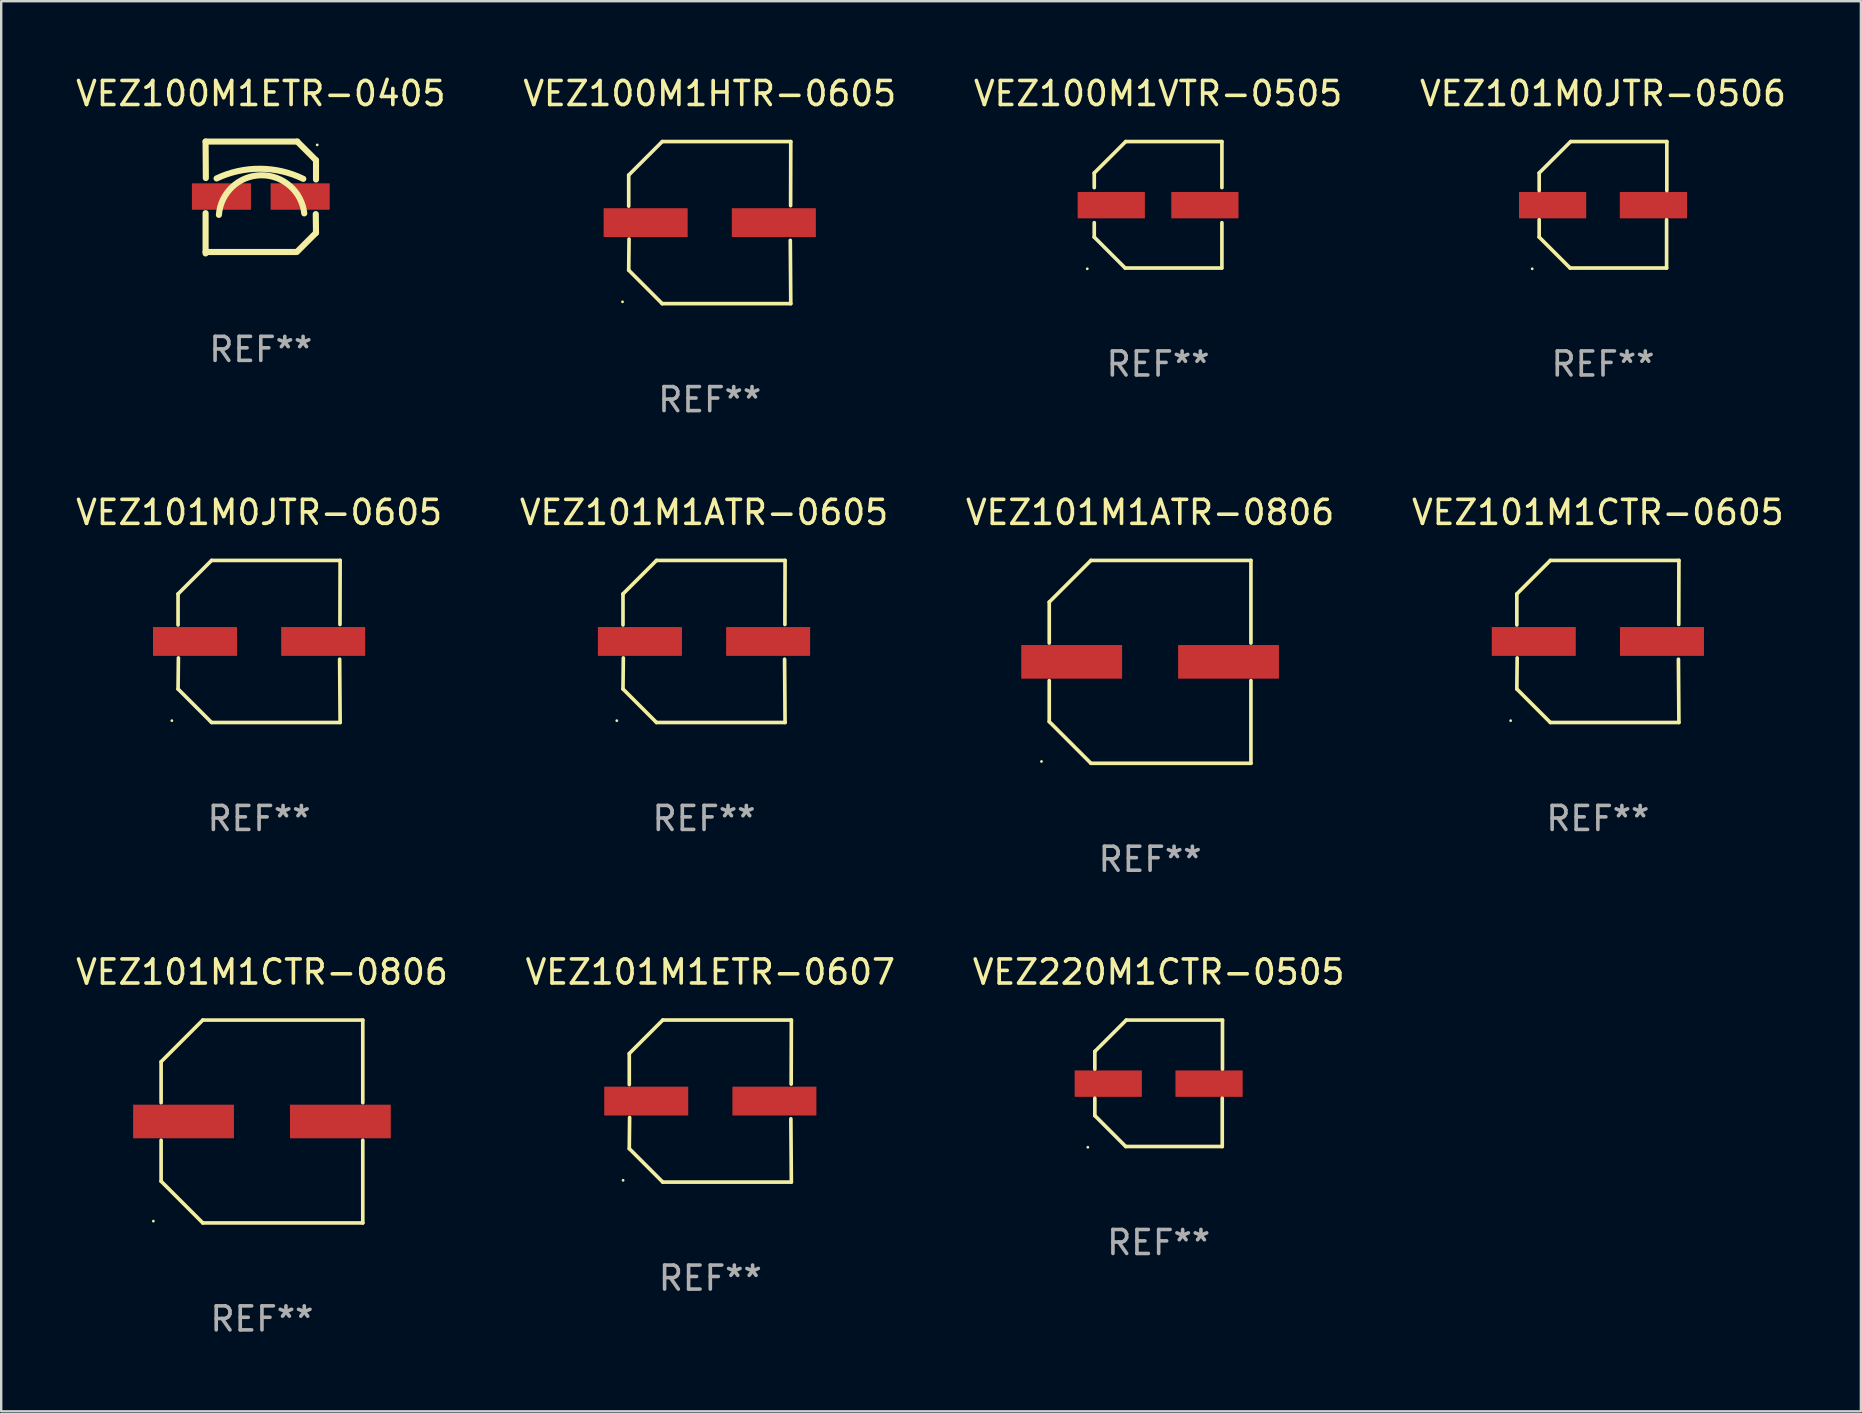
<source format=kicad_pcb>
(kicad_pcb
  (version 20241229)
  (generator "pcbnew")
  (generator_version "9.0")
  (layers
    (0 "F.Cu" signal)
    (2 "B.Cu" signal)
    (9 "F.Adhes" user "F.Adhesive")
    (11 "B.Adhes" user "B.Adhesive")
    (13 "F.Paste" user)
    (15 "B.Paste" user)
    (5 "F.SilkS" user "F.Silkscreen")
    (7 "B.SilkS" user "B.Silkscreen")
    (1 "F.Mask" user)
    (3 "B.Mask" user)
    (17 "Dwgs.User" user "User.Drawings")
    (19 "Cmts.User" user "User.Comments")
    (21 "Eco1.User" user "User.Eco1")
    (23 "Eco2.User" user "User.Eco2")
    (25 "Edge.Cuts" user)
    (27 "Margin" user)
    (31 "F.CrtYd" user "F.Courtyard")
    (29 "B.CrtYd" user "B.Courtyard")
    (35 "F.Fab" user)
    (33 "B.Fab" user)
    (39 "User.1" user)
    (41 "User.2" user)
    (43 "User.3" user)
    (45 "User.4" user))
  (footprint "VEZ101M0JTR-0605"
    (layer "F.Cu")
    (at 7.744 23.673)
    (property "Reference" "VEZ101M0JTR-0605" (at 0 -5.376 0) (layer "F.SilkS") (effects (font (size 1 1) (thickness 0.15))))
    (attr through_hole)
    (fp_line (start -3.376 -1.98) (end -3.376 -0.686) (stroke (width 0.152) (type solid)) (layer "F.SilkS"))
    (fp_line (start -3.376 1.981) (end -3.362 0.686) (stroke (width 0.152) (type solid)) (layer "F.SilkS"))
    (fp_line (start -1.981 3.376) (end -3.376 1.981) (stroke (width 0.152) (type solid)) (layer "F.SilkS"))
    (fp_line (start -1.98 -3.376) (end -3.376 -1.98) (stroke (width 0.152) (type solid)) (layer "F.SilkS"))
    (fp_line (start 3.356 0.74) (end 3.376 3.376) (stroke (width 0.152) (type solid)) (layer "F.SilkS"))
    (fp_line (start 3.369 -0.707) (end 3.376 -3.376) (stroke (width 0.152) (type solid)) (layer "F.SilkS"))
    (fp_line (start 3.376 3.376) (end -1.981 3.376) (stroke (width 0.152) (type solid)) (layer "F.SilkS"))
    (fp_line (start 3.376 -3.376) (end -1.98 -3.376) (stroke (width 0.152) (type solid)) (layer "F.SilkS"))
    (fp_circle (center -3.634 3.3) (end -3.604 3.3) (stroke (width 0.06) (type solid)) (fill no) (layer "F.SilkS"))
    (fp_text user "REF**" (at 0 7.376 0) (layer "F.Fab") (effects (font (size 1 1) (thickness 0.15))))
    (pad "1" smd rect (at -2.67 0.000254) (size 3.5 1.2) (layers "F.Cu" "F.Mask" "F.Paste"))
    (pad "2" smd rect (at 2.67 0.000254) (size 3.5 1.2) (layers "F.Cu" "F.Mask" "F.Paste")))
  (footprint "VEZ101M0JTR-0506"
    (layer "F.Cu")
    (at 63.732 5.482)
    (property "Reference" "VEZ101M0JTR-0506" (at 0 -4.634 0) (layer "F.SilkS") (effects (font (size 1 1) (thickness 0.15))))
    (attr through_hole)
    (fp_line (start -2.659 -1.326) (end -2.659 -0.592) (stroke (width 0.152) (type solid)) (layer "F.SilkS"))
    (fp_line (start -2.659 1.346) (end -2.659 0.622) (stroke (width 0.152) (type solid)) (layer "F.SilkS"))
    (fp_line (start -1.372 2.634) (end -2.659 1.346) (stroke (width 0.152) (type solid)) (layer "F.SilkS"))
    (fp_line (start -1.349 -2.634) (end -2.659 -1.326) (stroke (width 0.152) (type solid)) (layer "F.SilkS"))
    (fp_line (start 2.649 0.622) (end 2.649 2.634) (stroke (width 0.152) (type solid)) (layer "F.SilkS"))
    (fp_line (start 2.649 2.634) (end -1.372 2.634) (stroke (width 0.152) (type solid)) (layer "F.SilkS"))
    (fp_line (start 2.659 -2.634) (end -1.349 -2.634) (stroke (width 0.152) (type solid)) (layer "F.SilkS"))
    (fp_line (start 2.659 -0.592) (end 2.659 -2.634) (stroke (width 0.152) (type solid)) (layer "F.SilkS"))
    (fp_circle (center -2.95 2.665) (end -2.92 2.665) (stroke (width 0.06) (type solid)) (fill no) (layer "F.SilkS"))
    (fp_text user "REF**" (at 0 6.634 0) (layer "F.Fab") (effects (font (size 1 1) (thickness 0.15))))
    (pad "1" smd rect (at -2.1 0.015) (size 2.8 1.1) (layers "F.Cu" "F.Mask" "F.Paste"))
    (pad "2" smd rect (at 2.1 0.015) (size 2.8 1.1) (layers "F.Cu" "F.Mask" "F.Paste")))
  (footprint "VEZ101M1ATR-0806"
    (layer "F.Cu")
    (at 44.863 24.523)
    (property "Reference" "VEZ101M1ATR-0806" (at 0 -6.226 0) (layer "F.SilkS") (effects (font (size 1 1) (thickness 0.15))))
    (attr through_hole)
    (fp_line (start -4.201 -2.49) (end -4.201 -0.782) (stroke (width 0.152) (type solid)) (layer "F.SilkS"))
    (fp_line (start -4.201 2.49) (end -4.201 0.782) (stroke (width 0.152) (type solid)) (layer "F.SilkS"))
    (fp_line (start -2.465 -4.226) (end -4.201 -2.49) (stroke (width 0.152) (type solid)) (layer "F.SilkS"))
    (fp_line (start -2.465 4.226) (end -4.201 2.49) (stroke (width 0.152) (type solid)) (layer "F.SilkS"))
    (fp_line (start 4.201 -4.226) (end -2.465 -4.226) (stroke (width 0.152) (type solid)) (layer "F.SilkS"))
    (fp_line (start 4.201 -0.782) (end 4.201 -4.226) (stroke (width 0.152) (type solid)) (layer "F.SilkS"))
    (fp_line (start 4.201 0.782) (end 4.201 4.226) (stroke (width 0.152) (type solid)) (layer "F.SilkS"))
    (fp_line (start 4.201 4.226) (end -2.465 4.226) (stroke (width 0.152) (type solid)) (layer "F.SilkS"))
    (fp_circle (center -4.524 4.15) (end -4.494 4.15) (stroke (width 0.06) (type solid)) (fill no) (layer "F.SilkS"))
    (fp_text user "REF**" (at 0 8.226 0) (layer "F.Fab") (effects (font (size 1 1) (thickness 0.15))))
    (pad "1" smd rect (at -3.267 0) (size 4.2 1.4) (layers "F.Cu" "F.Mask" "F.Paste"))
    (pad "2" smd rect (at 3.267 0) (size 4.2 1.4) (layers "F.Cu" "F.Mask" "F.Paste")))
  (footprint "VEZ100M1ETR-0405"
    (layer "F.Cu")
    (at 7.815 5.178)
    (property "Reference" "VEZ100M1ETR-0405" (at 0 -4.33 0) (layer "F.SilkS") (effects (font (size 1 1) (thickness 0.15))))
    (attr through_hole)
    (fp_line (start -2.3 -2.33) (end 1.52 -2.33) (stroke (width 0.254) (type solid)) (layer "F.SilkS"))
    (fp_line (start -2.3 2.27) (end 1.49 2.27) (stroke (width 0.254) (type solid)) (layer "F.SilkS"))
    (fp_line (start -2.3 2.33) (end -2.3 0.651) (stroke (width 0.254) (type solid)) (layer "F.SilkS"))
    (fp_line (start -2.29 -0.81) (end -2.3 -2.33) (stroke (width 0.254) (type solid)) (layer "F.SilkS"))
    (fp_line (start 2.3 -1.55) (end 1.52 -2.33) (stroke (width 0.254) (type solid)) (layer "F.SilkS"))
    (fp_line (start 2.3 1.47) (end 1.52 2.25) (stroke (width 0.254) (type solid)) (layer "F.SilkS"))
    (fp_line (start 2.3 1.47) (end 2.29 0.69) (stroke (width 0.254) (type solid)) (layer "F.SilkS"))
    (fp_line (start 2.3 -0.75) (end 2.3 -1.55) (stroke (width 0.254) (type solid)) (layer "F.SilkS"))
    (fp_arc (start -1.842151 -0.794552) (mid -0.033717 -1.197402) (end 1.770752 -0.777152) (stroke (width 0.254001) (type solid)) (layer "F.SilkS"))
    (fp_arc (start -1.745757 0.723659) (mid 0.004392 -0.926664) (end 1.810884 0.661786) (stroke (width 0.254001) (type solid)) (layer "F.SilkS"))
    (fp_circle (center 2.35 -2.191) (end 2.38 -2.191) (stroke (width 0.06) (type solid)) (fill no) (layer "F.SilkS"))
    (fp_text user "REF**" (at 0 6.33 0) (layer "F.Fab") (effects (font (size 1 1) (thickness 0.15))))
    (pad "1" smd rect (at 1.64 -0.04) (size 2.46 1.1) (layers "F.Cu" "F.Mask" "F.Paste"))
    (pad "2" smd rect (at -1.64 -0.04) (size 2.46 1.1) (layers "F.Cu" "F.Mask" "F.Paste")))
  (footprint "VEZ101M1ATR-0605"
    (layer "F.Cu")
    (at 26.28 23.673)
    (property "Reference" "VEZ101M1ATR-0605" (at 0 -5.376 0) (layer "F.SilkS") (effects (font (size 1 1) (thickness 0.15))))
    (attr through_hole)
    (fp_line (start -3.376 -1.98) (end -3.376 -0.686) (stroke (width 0.152) (type solid)) (layer "F.SilkS"))
    (fp_line (start -3.376 1.981) (end -3.362 0.686) (stroke (width 0.152) (type solid)) (layer "F.SilkS"))
    (fp_line (start -1.981 3.376) (end -3.376 1.981) (stroke (width 0.152) (type solid)) (layer "F.SilkS"))
    (fp_line (start -1.98 -3.376) (end -3.376 -1.98) (stroke (width 0.152) (type solid)) (layer "F.SilkS"))
    (fp_line (start 3.356 0.74) (end 3.376 3.376) (stroke (width 0.152) (type solid)) (layer "F.SilkS"))
    (fp_line (start 3.369 -0.707) (end 3.376 -3.376) (stroke (width 0.152) (type solid)) (layer "F.SilkS"))
    (fp_line (start 3.376 3.376) (end -1.981 3.376) (stroke (width 0.152) (type solid)) (layer "F.SilkS"))
    (fp_line (start 3.376 -3.376) (end -1.98 -3.376) (stroke (width 0.152) (type solid)) (layer "F.SilkS"))
    (fp_circle (center -3.634 3.3) (end -3.604 3.3) (stroke (width 0.06) (type solid)) (fill no) (layer "F.SilkS"))
    (fp_text user "REF**" (at 0 7.376 0) (layer "F.Fab") (effects (font (size 1 1) (thickness 0.15))))
    (pad "1" smd rect (at -2.67 0.000254) (size 3.5 1.2) (layers "F.Cu" "F.Mask" "F.Paste"))
    (pad "2" smd rect (at 2.67 0.000254) (size 3.5 1.2) (layers "F.Cu" "F.Mask" "F.Paste")))
  (footprint "VEZ101M1ETR-0607"
    (layer "F.Cu")
    (at 26.542 42.821)
    (property "Reference" "VEZ101M1ETR-0607" (at 0 -5.376 0) (layer "F.SilkS") (effects (font (size 1 1) (thickness 0.15))))
    (attr through_hole)
    (fp_line (start -3.376 -1.98) (end -3.376 -0.686) (stroke (width 0.152) (type solid)) (layer "F.SilkS"))
    (fp_line (start -3.376 1.981) (end -3.362 0.686) (stroke (width 0.152) (type solid)) (layer "F.SilkS"))
    (fp_line (start -1.981 3.376) (end -3.376 1.981) (stroke (width 0.152) (type solid)) (layer "F.SilkS"))
    (fp_line (start -1.98 -3.376) (end -3.376 -1.98) (stroke (width 0.152) (type solid)) (layer "F.SilkS"))
    (fp_line (start 3.356 0.74) (end 3.376 3.376) (stroke (width 0.152) (type solid)) (layer "F.SilkS"))
    (fp_line (start 3.369 -0.707) (end 3.376 -3.376) (stroke (width 0.152) (type solid)) (layer "F.SilkS"))
    (fp_line (start 3.376 3.376) (end -1.981 3.376) (stroke (width 0.152) (type solid)) (layer "F.SilkS"))
    (fp_line (start 3.376 -3.376) (end -1.98 -3.376) (stroke (width 0.152) (type solid)) (layer "F.SilkS"))
    (fp_circle (center -3.634 3.3) (end -3.604 3.3) (stroke (width 0.06) (type solid)) (fill no) (layer "F.SilkS"))
    (fp_text user "REF**" (at 0 7.376 0) (layer "F.Fab") (effects (font (size 1 1) (thickness 0.15))))
    (pad "1" smd rect (at -2.67 0.000254) (size 3.5 1.2) (layers "F.Cu" "F.Mask" "F.Paste"))
    (pad "2" smd rect (at 2.67 0.000254) (size 3.5 1.2) (layers "F.Cu" "F.Mask" "F.Paste")))
  (footprint "VEZ100M1HTR-0605"
    (layer "F.Cu")
    (at 26.518 6.224)
    (property "Reference" "VEZ100M1HTR-0605" (at 0 -5.376 0) (layer "F.SilkS") (effects (font (size 1 1) (thickness 0.15))))
    (attr through_hole)
    (fp_line (start -3.376 -1.98) (end -3.376 -0.686) (stroke (width 0.152) (type solid)) (layer "F.SilkS"))
    (fp_line (start -3.376 1.981) (end -3.362 0.686) (stroke (width 0.152) (type solid)) (layer "F.SilkS"))
    (fp_line (start -1.981 3.376) (end -3.376 1.981) (stroke (width 0.152) (type solid)) (layer "F.SilkS"))
    (fp_line (start -1.98 -3.376) (end -3.376 -1.98) (stroke (width 0.152) (type solid)) (layer "F.SilkS"))
    (fp_line (start 3.356 0.74) (end 3.376 3.376) (stroke (width 0.152) (type solid)) (layer "F.SilkS"))
    (fp_line (start 3.369 -0.707) (end 3.376 -3.376) (stroke (width 0.152) (type solid)) (layer "F.SilkS"))
    (fp_line (start 3.376 3.376) (end -1.981 3.376) (stroke (width 0.152) (type solid)) (layer "F.SilkS"))
    (fp_line (start 3.376 -3.376) (end -1.98 -3.376) (stroke (width 0.152) (type solid)) (layer "F.SilkS"))
    (fp_circle (center -3.634 3.3) (end -3.604 3.3) (stroke (width 0.06) (type solid)) (fill no) (layer "F.SilkS"))
    (fp_text user "REF**" (at 0 7.376 0) (layer "F.Fab") (effects (font (size 1 1) (thickness 0.15))))
    (pad "1" smd rect (at -2.67 0.000254) (size 3.5 1.2) (layers "F.Cu" "F.Mask" "F.Paste"))
    (pad "2" smd rect (at 2.67 0.000254) (size 3.5 1.2) (layers "F.Cu" "F.Mask" "F.Paste")))
  (footprint "VEZ220M1CTR-0505"
    (layer "F.Cu")
    (at 45.22 42.08)
    (property "Reference" "VEZ220M1CTR-0505" (at 0 -4.634 0) (layer "F.SilkS") (effects (font (size 1 1) (thickness 0.15))))
    (attr through_hole)
    (fp_line (start -2.659 -1.326) (end -2.659 -0.592) (stroke (width 0.152) (type solid)) (layer "F.SilkS"))
    (fp_line (start -2.659 1.346) (end -2.659 0.622) (stroke (width 0.152) (type solid)) (layer "F.SilkS"))
    (fp_line (start -1.372 2.634) (end -2.659 1.346) (stroke (width 0.152) (type solid)) (layer "F.SilkS"))
    (fp_line (start -1.349 -2.634) (end -2.659 -1.326) (stroke (width 0.152) (type solid)) (layer "F.SilkS"))
    (fp_line (start 2.649 0.622) (end 2.649 2.634) (stroke (width 0.152) (type solid)) (layer "F.SilkS"))
    (fp_line (start 2.649 2.634) (end -1.372 2.634) (stroke (width 0.152) (type solid)) (layer "F.SilkS"))
    (fp_line (start 2.659 -2.634) (end -1.349 -2.634) (stroke (width 0.152) (type solid)) (layer "F.SilkS"))
    (fp_line (start 2.659 -0.592) (end 2.659 -2.634) (stroke (width 0.152) (type solid)) (layer "F.SilkS"))
    (fp_circle (center -2.95 2.665) (end -2.92 2.665) (stroke (width 0.06) (type solid)) (fill no) (layer "F.SilkS"))
    (fp_text user "REF**" (at 0 6.634 0) (layer "F.Fab") (effects (font (size 1 1) (thickness 0.15))))
    (pad "1" smd rect (at -2.1 0.015) (size 2.8 1.1) (layers "F.Cu" "F.Mask" "F.Paste"))
    (pad "2" smd rect (at 2.1 0.015) (size 2.8 1.1) (layers "F.Cu" "F.Mask" "F.Paste")))
  (footprint "VEZ100M1VTR-0505"
    (layer "F.Cu")
    (at 45.196 5.482)
    (property "Reference" "VEZ100M1VTR-0505" (at 0 -4.634 0) (layer "F.SilkS") (effects (font (size 1 1) (thickness 0.15))))
    (attr through_hole)
    (fp_line (start -2.659 -1.326) (end -2.659 -0.715) (stroke (width 0.152) (type solid)) (layer "F.SilkS"))
    (fp_line (start -2.659 0.745) (end -2.659 1.346) (stroke (width 0.152) (type solid)) (layer "F.SilkS"))
    (fp_line (start -1.372 2.634) (end -2.659 1.346) (stroke (width 0.152) (type solid)) (layer "F.SilkS"))
    (fp_line (start -1.349 -2.634) (end -2.659 -1.326) (stroke (width 0.152) (type solid)) (layer "F.SilkS"))
    (fp_line (start 2.649 2.634) (end -1.372 2.634) (stroke (width 0.152) (type solid)) (layer "F.SilkS"))
    (fp_line (start 2.659 -2.634) (end -1.349 -2.634) (stroke (width 0.152) (type solid)) (layer "F.SilkS"))
    (fp_line (start 2.659 -2.634) (end 2.659 -0.715) (stroke (width 0.152) (type solid)) (layer "F.SilkS"))
    (fp_line (start 2.659 0.745) (end 2.659 2.634) (stroke (width 0.152) (type solid)) (layer "F.SilkS"))
    (fp_circle (center -2.95 2.665) (end -2.92 2.665) (stroke (width 0.06) (type solid)) (fill no) (layer "F.SilkS"))
    (fp_text user "REF**" (at 0 6.634 0) (layer "F.Fab") (effects (font (size 1 1) (thickness 0.15))))
    (pad "1" smd rect (at -1.95 0.015) (size 2.8 1.1) (layers "F.Cu" "F.Mask" "F.Paste"))
    (pad "2" smd rect (at 1.95 0.015) (size 2.8 1.1) (layers "F.Cu" "F.Mask" "F.Paste")))
  (footprint "VEZ101M1CTR-0605"
    (layer "F.Cu")
    (at 63.518 23.673)
    (property "Reference" "VEZ101M1CTR-0605" (at 0 -5.376 0) (layer "F.SilkS") (effects (font (size 1 1) (thickness 0.15))))
    (attr through_hole)
    (fp_line (start -3.376 -1.98) (end -3.376 -0.686) (stroke (width 0.152) (type solid)) (layer "F.SilkS"))
    (fp_line (start -3.376 1.981) (end -3.362 0.686) (stroke (width 0.152) (type solid)) (layer "F.SilkS"))
    (fp_line (start -1.981 3.376) (end -3.376 1.981) (stroke (width 0.152) (type solid)) (layer "F.SilkS"))
    (fp_line (start -1.98 -3.376) (end -3.376 -1.98) (stroke (width 0.152) (type solid)) (layer "F.SilkS"))
    (fp_line (start 3.356 0.74) (end 3.376 3.376) (stroke (width 0.152) (type solid)) (layer "F.SilkS"))
    (fp_line (start 3.369 -0.707) (end 3.376 -3.376) (stroke (width 0.152) (type solid)) (layer "F.SilkS"))
    (fp_line (start 3.376 3.376) (end -1.981 3.376) (stroke (width 0.152) (type solid)) (layer "F.SilkS"))
    (fp_line (start 3.376 -3.376) (end -1.98 -3.376) (stroke (width 0.152) (type solid)) (layer "F.SilkS"))
    (fp_circle (center -3.634 3.3) (end -3.604 3.3) (stroke (width 0.06) (type solid)) (fill no) (layer "F.SilkS"))
    (fp_text user "REF**" (at 0 7.376 0) (layer "F.Fab") (effects (font (size 1 1) (thickness 0.15))))
    (pad "1" smd rect (at -2.67 0.000254) (size 3.5 1.2) (layers "F.Cu" "F.Mask" "F.Paste"))
    (pad "2" smd rect (at 2.67 0.000254) (size 3.5 1.2) (layers "F.Cu" "F.Mask" "F.Paste")))
  (footprint "VEZ101M1CTR-0806"
    (layer "F.Cu")
    (at 7.863 43.672)
    (property "Reference" "VEZ101M1CTR-0806" (at 0 -6.226 0) (layer "F.SilkS") (effects (font (size 1 1) (thickness 0.15))))
    (attr through_hole)
    (fp_line (start -4.201 -2.49) (end -4.201 -0.782) (stroke (width 0.152) (type solid)) (layer "F.SilkS"))
    (fp_line (start -4.201 2.49) (end -4.201 0.782) (stroke (width 0.152) (type solid)) (layer "F.SilkS"))
    (fp_line (start -2.465 -4.226) (end -4.201 -2.49) (stroke (width 0.152) (type solid)) (layer "F.SilkS"))
    (fp_line (start -2.465 4.226) (end -4.201 2.49) (stroke (width 0.152) (type solid)) (layer "F.SilkS"))
    (fp_line (start 4.201 -4.226) (end -2.465 -4.226) (stroke (width 0.152) (type solid)) (layer "F.SilkS"))
    (fp_line (start 4.201 -0.782) (end 4.201 -4.226) (stroke (width 0.152) (type solid)) (layer "F.SilkS"))
    (fp_line (start 4.201 0.782) (end 4.201 4.226) (stroke (width 0.152) (type solid)) (layer "F.SilkS"))
    (fp_line (start 4.201 4.226) (end -2.465 4.226) (stroke (width 0.152) (type solid)) (layer "F.SilkS"))
    (fp_circle (center -4.524 4.15) (end -4.494 4.15) (stroke (width 0.06) (type solid)) (fill no) (layer "F.SilkS"))
    (fp_text user "REF**" (at 0 8.226 0) (layer "F.Fab") (effects (font (size 1 1) (thickness 0.15))))
    (pad "1" smd rect (at -3.267 0) (size 4.2 1.4) (layers "F.Cu" "F.Mask" "F.Paste"))
    (pad "2" smd rect (at 3.267 0) (size 4.2 1.4) (layers "F.Cu" "F.Mask" "F.Paste")))
  (gr_rect
    (start -3 -3)
    (end 74.476 55.746)
    (stroke (width 0.1) (type default))
    (fill no)
    (layer "Edge.Cuts")))
</source>
